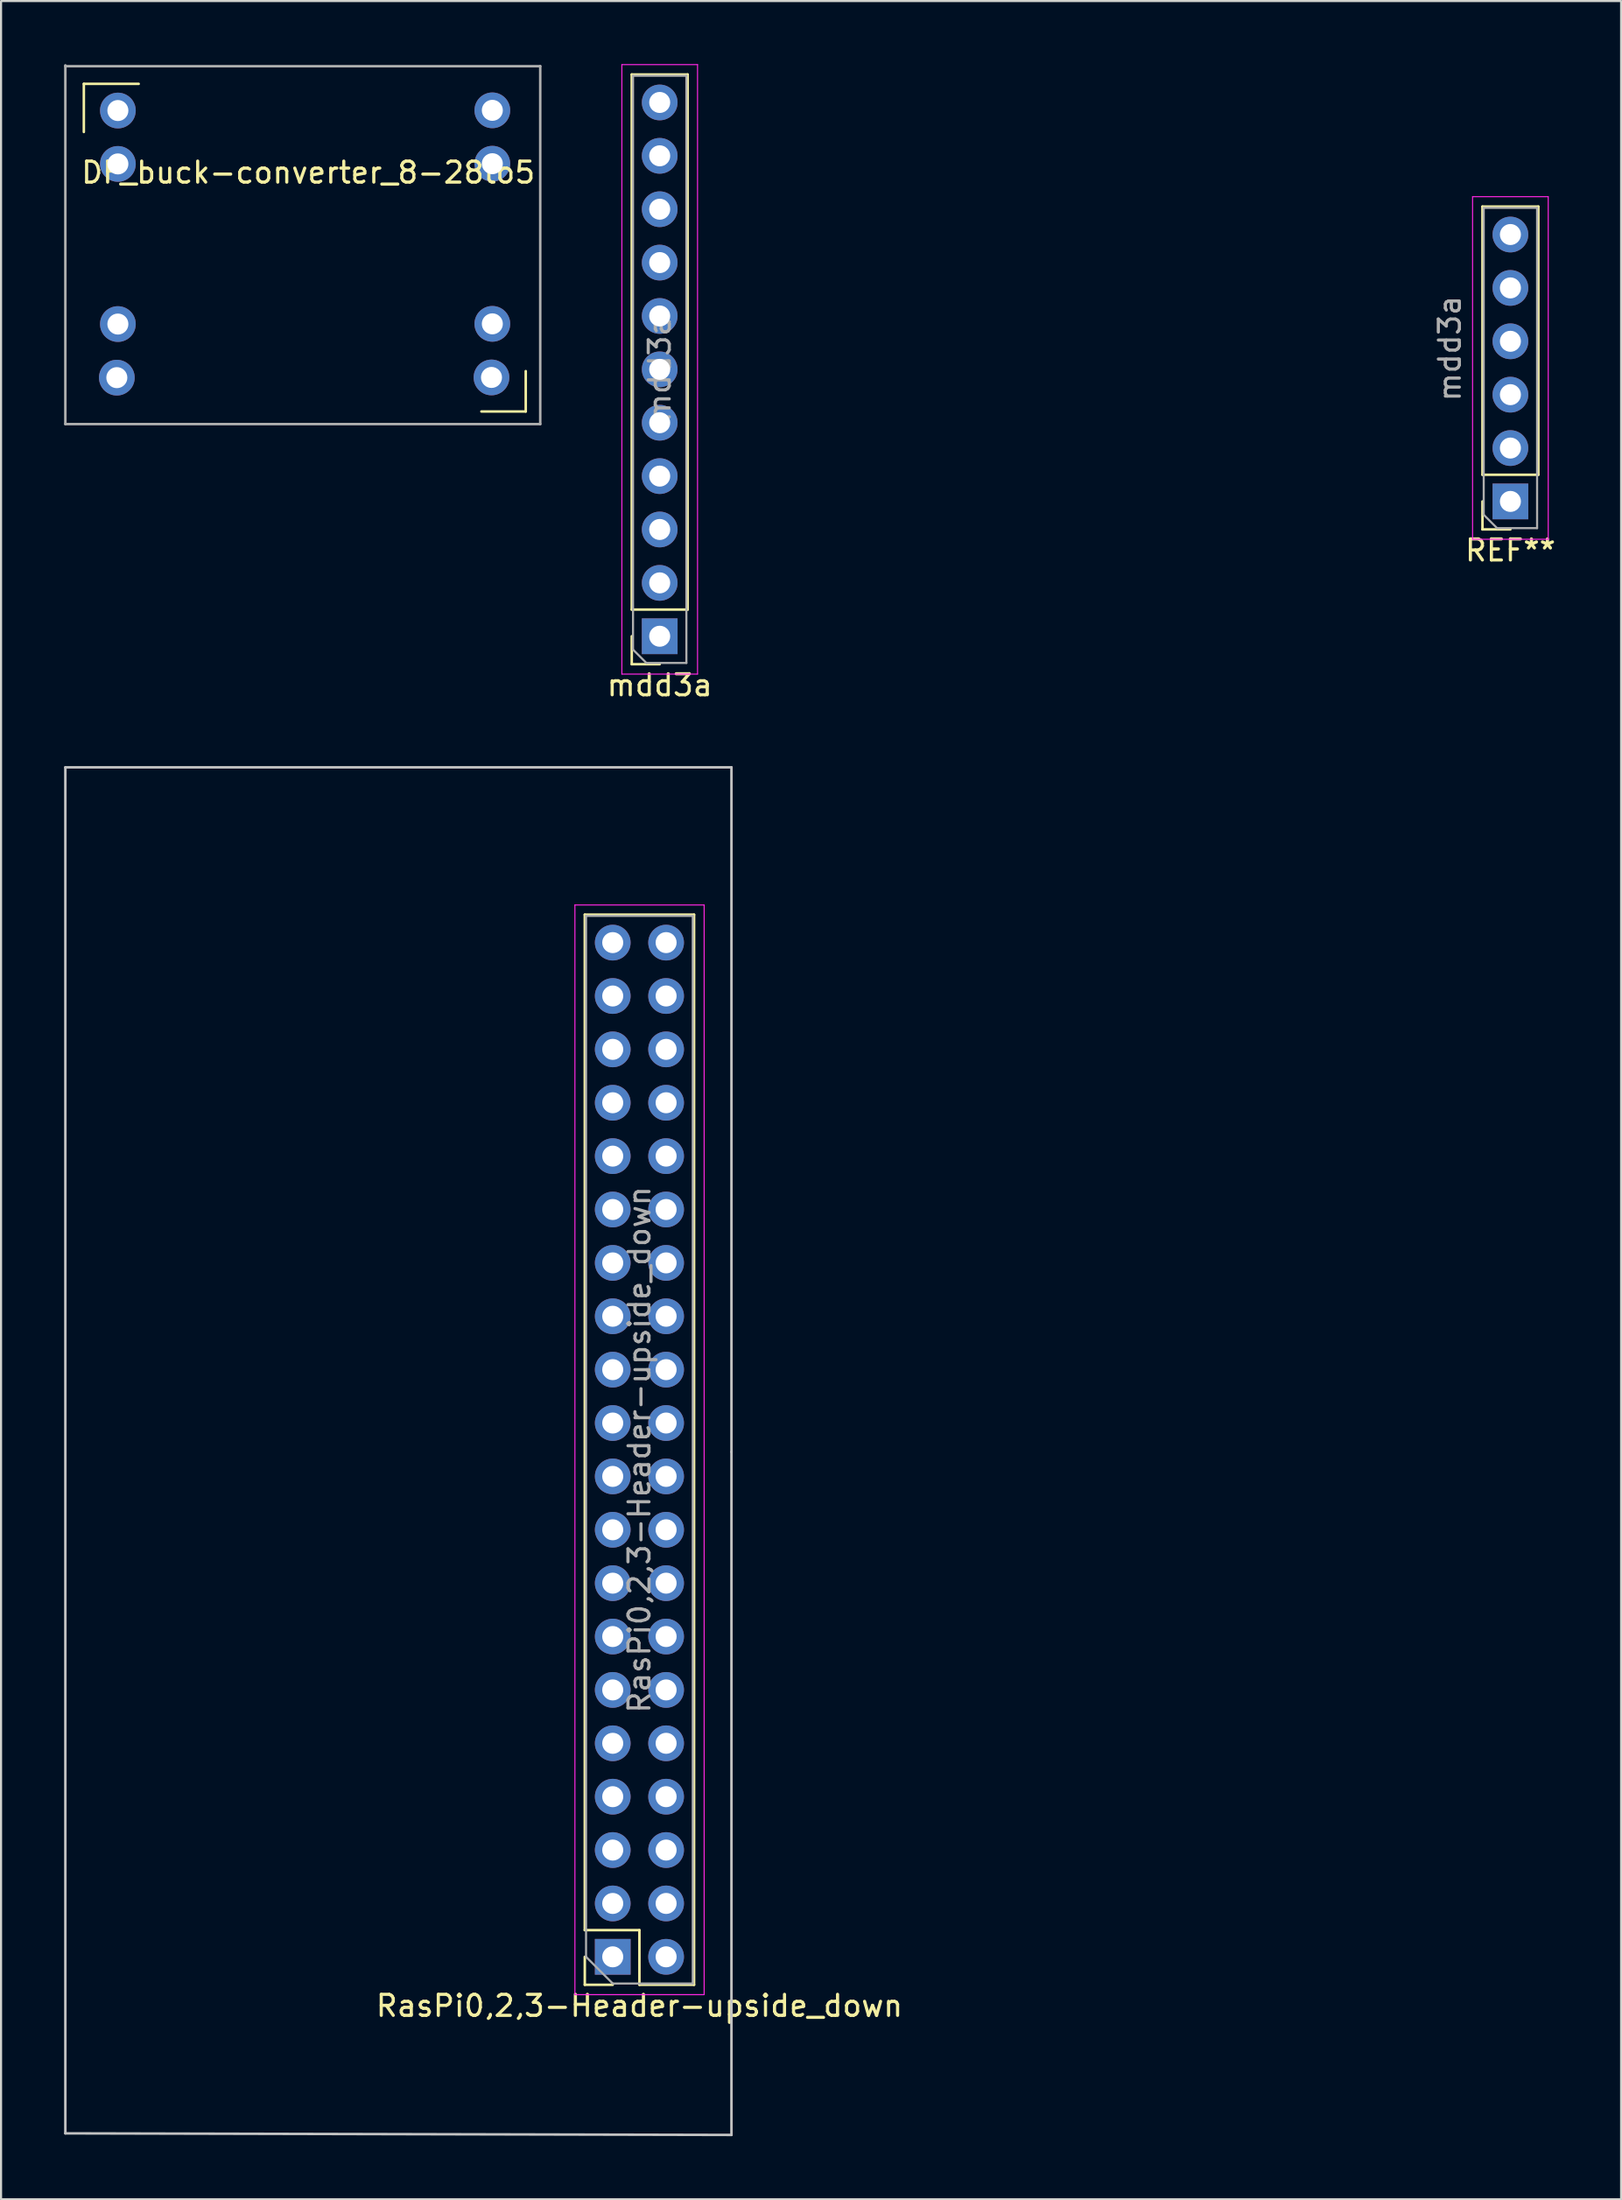
<source format=kicad_pcb>
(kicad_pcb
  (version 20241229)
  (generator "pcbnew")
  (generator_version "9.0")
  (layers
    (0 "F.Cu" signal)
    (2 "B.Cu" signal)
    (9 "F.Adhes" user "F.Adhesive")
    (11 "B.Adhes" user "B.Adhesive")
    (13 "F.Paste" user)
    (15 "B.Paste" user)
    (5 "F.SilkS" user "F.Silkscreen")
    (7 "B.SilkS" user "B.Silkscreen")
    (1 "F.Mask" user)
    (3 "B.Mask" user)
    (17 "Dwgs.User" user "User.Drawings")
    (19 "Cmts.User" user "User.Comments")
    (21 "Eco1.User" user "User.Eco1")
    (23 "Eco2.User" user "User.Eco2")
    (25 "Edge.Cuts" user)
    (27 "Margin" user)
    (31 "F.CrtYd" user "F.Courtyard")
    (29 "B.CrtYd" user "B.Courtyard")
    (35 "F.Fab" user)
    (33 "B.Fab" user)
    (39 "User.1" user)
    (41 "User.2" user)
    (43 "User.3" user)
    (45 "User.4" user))
  (footprint "RasPi0,2,3-Header-upside_down"
    (layer "F.Cu")
    (at 27.385 65.963)
    (property "Reference" "RasPi0,2,3-Header-upside_down" (at -0.005 26.43 180) (layer "F.SilkS") (effects (font (size 1 1) (thickness 0.15))))
    (attr through_hole)
    (fp_line (start -2.605 -25.49) (end 2.595 -25.49) (stroke (width 0.12) (type solid)) (layer "F.SilkS"))
    (fp_line (start -2.605 22.83) (end -2.605 -25.49) (stroke (width 0.12) (type solid)) (layer "F.SilkS"))
    (fp_line (start -2.605 22.83) (end -0.005 22.83) (stroke (width 0.12) (type solid)) (layer "F.SilkS"))
    (fp_line (start -2.605 24.1) (end -2.605 25.43) (stroke (width 0.12) (type solid)) (layer "F.SilkS"))
    (fp_line (start -2.605 25.43) (end -1.275 25.43) (stroke (width 0.12) (type solid)) (layer "F.SilkS"))
    (fp_line (start -0.005 22.83) (end -0.005 25.43) (stroke (width 0.12) (type solid)) (layer "F.SilkS"))
    (fp_line (start -0.005 25.43) (end 2.595 25.43) (stroke (width 0.12) (type solid)) (layer "F.SilkS"))
    (fp_line (start 2.595 25.43) (end 2.595 -25.49) (stroke (width 0.12) (type solid)) (layer "F.SilkS"))
    (fp_line (start -27.325 -32.5) (end -27.325 32.5) (stroke (width 0.12) (type solid)) (layer "Dwgs.User"))
    (fp_line (start 4.375 -32.5) (end -27.325 -32.5) (stroke (width 0.12) (type solid)) (layer "Dwgs.User"))
    (fp_line (start 4.375 0.075) (end 4.375 -32.5) (stroke (width 0.12) (type solid)) (layer "Dwgs.User"))
    (fp_line (start 4.375 0.075) (end 4.375 32.575) (stroke (width 0.12) (type solid)) (layer "Dwgs.User"))
    (fp_line (start 4.375 32.575) (end -27.325 32.5) (stroke (width 0.12) (type solid)) (layer "Dwgs.User"))
    (fp_line (start -3.075 -25.95) (end 3.075 -25.95) (stroke (width 0.05) (type solid)) (layer "F.CrtYd"))
    (fp_line (start -3.075 25.9) (end -3.075 -25.95) (stroke (width 0.05) (type solid)) (layer "F.CrtYd"))
    (fp_line (start 3.075 -25.95) (end 3.075 25.9) (stroke (width 0.05) (type solid)) (layer "F.CrtYd"))
    (fp_line (start 3.075 25.9) (end -3.075 25.9) (stroke (width 0.05) (type solid)) (layer "F.CrtYd"))
    (fp_line (start -2.545 -25.43) (end -2.545 24.1) (stroke (width 0.1) (type solid)) (layer "F.Fab"))
    (fp_line (start -2.545 24.1) (end -1.275 25.37) (stroke (width 0.1) (type solid)) (layer "F.Fab"))
    (fp_line (start -1.275 25.37) (end 2.535 25.37) (stroke (width 0.1) (type solid)) (layer "F.Fab"))
    (fp_line (start 2.535 -25.43) (end -2.545 -25.43) (stroke (width 0.1) (type solid)) (layer "F.Fab"))
    (fp_line (start 2.535 25.37) (end 2.535 -25.43) (stroke (width 0.1) (type solid)) (layer "F.Fab"))
    (fp_text user "${REFERENCE}" (at -0.005 -0.03 270) (layer "F.Fab") (effects (font (size 1 1) (thickness 0.15))))
    (pad "1" thru_hole rect (at -1.275 24.1 180) (size 1.7 1.7) (drill 1) (layers "*.Cu" "*.Mask"))
    (pad "2" thru_hole oval (at 1.265 24.1 180) (size 1.7 1.7) (drill 1) (layers "*.Cu" "*.Mask"))
    (pad "3" thru_hole oval (at -1.275 21.56 180) (size 1.7 1.7) (drill 1) (layers "*.Cu" "*.Mask"))
    (pad "4" thru_hole oval (at 1.265 21.56 180) (size 1.7 1.7) (drill 1) (layers "*.Cu" "*.Mask"))
    (pad "5" thru_hole oval (at -1.275 19.02 180) (size 1.7 1.7) (drill 1) (layers "*.Cu" "*.Mask"))
    (pad "6" thru_hole oval (at 1.265 19.02 180) (size 1.7 1.7) (drill 1) (layers "*.Cu" "*.Mask"))
    (pad "7" thru_hole oval (at -1.275 16.48 180) (size 1.7 1.7) (drill 1) (layers "*.Cu" "*.Mask"))
    (pad "8" thru_hole oval (at 1.265 16.48 180) (size 1.7 1.7) (drill 1) (layers "*.Cu" "*.Mask"))
    (pad "9" thru_hole oval (at -1.275 13.94 180) (size 1.7 1.7) (drill 1) (layers "*.Cu" "*.Mask"))
    (pad "10" thru_hole oval (at 1.265 13.94 180) (size 1.7 1.7) (drill 1) (layers "*.Cu" "*.Mask"))
    (pad "11" thru_hole oval (at -1.275 11.4 180) (size 1.7 1.7) (drill 1) (layers "*.Cu" "*.Mask"))
    (pad "12" thru_hole oval (at 1.265 11.4 180) (size 1.7 1.7) (drill 1) (layers "*.Cu" "*.Mask"))
    (pad "13" thru_hole oval (at -1.275 8.86 180) (size 1.7 1.7) (drill 1) (layers "*.Cu" "*.Mask"))
    (pad "14" thru_hole oval (at 1.265 8.86 180) (size 1.7 1.7) (drill 1) (layers "*.Cu" "*.Mask"))
    (pad "15" thru_hole oval (at -1.275 6.32 180) (size 1.7 1.7) (drill 1) (layers "*.Cu" "*.Mask"))
    (pad "16" thru_hole oval (at 1.265 6.32 180) (size 1.7 1.7) (drill 1) (layers "*.Cu" "*.Mask"))
    (pad "17" thru_hole oval (at -1.275 3.78 180) (size 1.7 1.7) (drill 1) (layers "*.Cu" "*.Mask"))
    (pad "18" thru_hole oval (at 1.265 3.78 180) (size 1.7 1.7) (drill 1) (layers "*.Cu" "*.Mask"))
    (pad "19" thru_hole oval (at -1.275 1.24 180) (size 1.7 1.7) (drill 1) (layers "*.Cu" "*.Mask"))
    (pad "20" thru_hole oval (at 1.265 1.24 180) (size 1.7 1.7) (drill 1) (layers "*.Cu" "*.Mask"))
    (pad "21" thru_hole oval (at -1.275 -1.3 180) (size 1.7 1.7) (drill 1) (layers "*.Cu" "*.Mask"))
    (pad "22" thru_hole oval (at 1.265 -1.3 180) (size 1.7 1.7) (drill 1) (layers "*.Cu" "*.Mask"))
    (pad "23" thru_hole oval (at -1.275 -3.84 180) (size 1.7 1.7) (drill 1) (layers "*.Cu" "*.Mask"))
    (pad "24" thru_hole oval (at 1.265 -3.84 180) (size 1.7 1.7) (drill 1) (layers "*.Cu" "*.Mask"))
    (pad "25" thru_hole oval (at -1.275 -6.38 180) (size 1.7 1.7) (drill 1) (layers "*.Cu" "*.Mask"))
    (pad "26" thru_hole oval (at 1.265 -6.38 180) (size 1.7 1.7) (drill 1) (layers "*.Cu" "*.Mask"))
    (pad "27" thru_hole oval (at -1.275 -8.92 180) (size 1.7 1.7) (drill 1) (layers "*.Cu" "*.Mask"))
    (pad "28" thru_hole oval (at 1.265 -8.92 180) (size 1.7 1.7) (drill 1) (layers "*.Cu" "*.Mask"))
    (pad "29" thru_hole oval (at -1.275 -11.46 180) (size 1.7 1.7) (drill 1) (layers "*.Cu" "*.Mask"))
    (pad "30" thru_hole oval (at 1.265 -11.46 180) (size 1.7 1.7) (drill 1) (layers "*.Cu" "*.Mask"))
    (pad "31" thru_hole oval (at -1.275 -14 180) (size 1.7 1.7) (drill 1) (layers "*.Cu" "*.Mask"))
    (pad "32" thru_hole oval (at 1.265 -14 180) (size 1.7 1.7) (drill 1) (layers "*.Cu" "*.Mask"))
    (pad "33" thru_hole oval (at -1.275 -16.54 180) (size 1.7 1.7) (drill 1) (layers "*.Cu" "*.Mask"))
    (pad "34" thru_hole oval (at 1.265 -16.54 180) (size 1.7 1.7) (drill 1) (layers "*.Cu" "*.Mask"))
    (pad "35" thru_hole oval (at -1.275 -19.08 180) (size 1.7 1.7) (drill 1) (layers "*.Cu" "*.Mask"))
    (pad "36" thru_hole oval (at 1.265 -19.08 180) (size 1.7 1.7) (drill 1) (layers "*.Cu" "*.Mask"))
    (pad "37" thru_hole oval (at -1.275 -21.62 180) (size 1.7 1.7) (drill 1) (layers "*.Cu" "*.Mask"))
    (pad "38" thru_hole oval (at 1.265 -21.62 180) (size 1.7 1.7) (drill 1) (layers "*.Cu" "*.Mask"))
    (pad "39" thru_hole oval (at -1.275 -24.16 180) (size 1.7 1.7) (drill 1) (layers "*.Cu" "*.Mask"))
    (pad "40" thru_hole oval (at 1.265 -24.16 180) (size 1.7 1.7) (drill 1) (layers "*.Cu" "*.Mask")))
  (footprint "DF_buck-converter_8-28to5"
    (layer "F.Cu")
    (at 11.78 8.29)
    (property "Reference" "DF_buck-converter_8-28to5" (at -0.16 -3.13 0) (layer "F.SilkS") (effects (font (size 1 1) (thickness 0.15))))
    (attr through_hole)
    (fp_line (start -10.84 -7.35) (end -8.23 -7.35) (stroke (width 0.12) (type solid)) (layer "F.SilkS"))
    (fp_line (start -10.84 -5.06) (end -10.84 -7.35) (stroke (width 0.12) (type solid)) (layer "F.SilkS"))
    (fp_line (start 8.08 8.24) (end 10.19 8.24) (stroke (width 0.12) (type solid)) (layer "F.SilkS"))
    (fp_line (start 10.19 8.24) (end 10.19 6.32) (stroke (width 0.12) (type solid)) (layer "F.SilkS"))
    (fp_line (start -11.72 -8.19) (end 10.88 -8.19) (stroke (width 0.12) (type solid)) (layer "F.Fab"))
    (fp_line (start -11.72 8.84) (end -11.72 -8.23) (stroke (width 0.12) (type solid)) (layer "F.Fab"))
    (fp_line (start 10.88 -8.19) (end 10.88 8.84) (stroke (width 0.12) (type solid)) (layer "F.Fab"))
    (fp_line (start 10.88 8.84) (end -11.72 8.84) (stroke (width 0.12) (type solid)) (layer "F.Fab"))
    (pad "1" thru_hole oval (at -9.22 -6.08 180) (size 1.7 1.7) (drill 1) (layers "*.Cu" "*.Mask"))
    (pad "2" thru_hole oval (at -9.22 -3.54 180) (size 1.7 1.7) (drill 1) (layers "*.Cu" "*.Mask"))
    (pad "3" thru_hole oval (at -9.22 4.08 180) (size 1.7 1.7) (drill 1) (layers "*.Cu" "*.Mask"))
    (pad "4" thru_hole oval (at -9.27 6.63 180) (size 1.7 1.7) (drill 1) (layers "*.Cu" "*.Mask"))
    (pad "5" thru_hole oval (at 8.56 6.62 90) (size 1.7 1.7) (drill 1) (layers "*.Cu" "*.Mask"))
    (pad "6" thru_hole oval (at 8.6 4.07 180) (size 1.7 1.7) (drill 1) (layers "*.Cu" "*.Mask"))
    (pad "7" thru_hole oval (at 8.6 -3.55 180) (size 1.7 1.7) (drill 1) (layers "*.Cu" "*.Mask"))
    (pad "8" thru_hole oval (at 8.6 -6.09 180) (size 1.7 1.7) (drill 1) (layers "*.Cu" "*.Mask")))
  (footprint "mdd3a"
    (layer "F.Cu")
    (at 27.505 13.945)
    (property "Reference" "mdd3a" (at 0.84 15.61 180) (layer "F.SilkS") (effects (font (size 1 1) (thickness 0.15))))
    (attr through_hole)
    (fp_line (start -0.49 -13.45) (end 2.17 -13.45) (stroke (width 0.12) (type solid)) (layer "F.SilkS"))
    (fp_line (start -0.49 12.01) (end -0.49 -13.45) (stroke (width 0.12) (type solid)) (layer "F.SilkS"))
    (fp_line (start -0.49 12.01) (end 2.17 12.01) (stroke (width 0.12) (type solid)) (layer "F.SilkS"))
    (fp_line (start -0.49 13.28) (end -0.49 14.61) (stroke (width 0.12) (type solid)) (layer "F.SilkS"))
    (fp_line (start -0.49 14.61) (end 0.84 14.61) (stroke (width 0.12) (type solid)) (layer "F.SilkS"))
    (fp_line (start 2.17 12.01) (end 2.17 -13.45) (stroke (width 0.12) (type solid)) (layer "F.SilkS"))
    (fp_line (start 39.995 -7.165) (end 42.655 -7.165) (stroke (width 0.12) (type solid)) (layer "F.SilkS"))
    (fp_line (start 39.995 5.595) (end 39.995 -7.165) (stroke (width 0.12) (type solid)) (layer "F.SilkS"))
    (fp_line (start 39.995 5.595) (end 42.655 5.595) (stroke (width 0.12) (type solid)) (layer "F.SilkS"))
    (fp_line (start 39.995 6.865) (end 39.995 8.195) (stroke (width 0.12) (type solid)) (layer "F.SilkS"))
    (fp_line (start 39.995 8.195) (end 41.325 8.195) (stroke (width 0.12) (type solid)) (layer "F.SilkS"))
    (fp_line (start 42.655 5.595) (end 42.655 -7.165) (stroke (width 0.12) (type solid)) (layer "F.SilkS"))
    (fp_line (start -0.96 -13.92) (end 2.64 -13.92) (stroke (width 0.05) (type solid)) (layer "F.CrtYd"))
    (fp_line (start -0.96 15.08) (end -0.96 -13.92) (stroke (width 0.05) (type solid)) (layer "F.CrtYd"))
    (fp_line (start 2.64 -13.92) (end 2.64 15.08) (stroke (width 0.05) (type solid)) (layer "F.CrtYd"))
    (fp_line (start 2.64 15.08) (end -0.96 15.08) (stroke (width 0.05) (type solid)) (layer "F.CrtYd"))
    (fp_line (start 39.525 -7.635) (end 43.125 -7.635) (stroke (width 0.05) (type solid)) (layer "F.CrtYd"))
    (fp_line (start 39.525 8.665) (end 39.525 -7.635) (stroke (width 0.05) (type solid)) (layer "F.CrtYd"))
    (fp_line (start 43.125 -7.635) (end 43.125 8.665) (stroke (width 0.05) (type solid)) (layer "F.CrtYd"))
    (fp_line (start 43.125 8.665) (end 39.525 8.665) (stroke (width 0.05) (type solid)) (layer "F.CrtYd"))
    (fp_line (start -0.43 -13.39) (end -0.43 13.915) (stroke (width 0.1) (type solid)) (layer "F.Fab"))
    (fp_line (start -0.43 13.915) (end 0.205 14.55) (stroke (width 0.1) (type solid)) (layer "F.Fab"))
    (fp_line (start 0.205 14.55) (end 2.11 14.55) (stroke (width 0.1) (type solid)) (layer "F.Fab"))
    (fp_line (start 2.11 -13.39) (end -0.43 -13.39) (stroke (width 0.1) (type solid)) (layer "F.Fab"))
    (fp_line (start 2.11 14.55) (end 2.11 -13.39) (stroke (width 0.1) (type solid)) (layer "F.Fab"))
    (fp_line (start 40.055 -7.105) (end 40.055 7.5) (stroke (width 0.1) (type solid)) (layer "F.Fab"))
    (fp_line (start 40.055 7.5) (end 40.69 8.135) (stroke (width 0.1) (type solid)) (layer "F.Fab"))
    (fp_line (start 40.69 8.135) (end 42.595 8.135) (stroke (width 0.1) (type solid)) (layer "F.Fab"))
    (fp_line (start 42.595 -7.105) (end 40.055 -7.105) (stroke (width 0.1) (type solid)) (layer "F.Fab"))
    (fp_line (start 42.595 8.135) (end 42.595 -7.105) (stroke (width 0.1) (type solid)) (layer "F.Fab"))
    (fp_text user "REF**" (at 41.325 9.195 180) (layer "F.SilkS") (effects (font (size 1 1) (thickness 0.15))))
    (fp_text user "${REFERENCE}" (at 0.84 0.58 270) (layer "F.Fab") (effects (font (size 1 1) (thickness 0.15))))
    (fp_text user "${REFERENCE}" (at 38.44 -0.41 270) (layer "F.Fab") (effects (font (size 1 1) (thickness 0.15))))
    (pad "1" thru_hole rect (at 0.84 13.28 180) (size 1.7 1.7) (drill 1) (layers "*.Cu" "*.Mask"))
    (pad "2" thru_hole oval (at 0.84 10.74 180) (size 1.7 1.7) (drill 1) (layers "*.Cu" "*.Mask"))
    (pad "3" thru_hole oval (at 0.84 8.2 180) (size 1.7 1.7) (drill 1) (layers "*.Cu" "*.Mask"))
    (pad "4" thru_hole oval (at 0.84 5.66 180) (size 1.7 1.7) (drill 1) (layers "*.Cu" "*.Mask"))
    (pad "5" thru_hole oval (at 0.84 3.12 180) (size 1.7 1.7) (drill 1) (layers "*.Cu" "*.Mask"))
    (pad "6" thru_hole oval (at 0.84 0.58 180) (size 1.7 1.7) (drill 1) (layers "*.Cu" "*.Mask"))
    (pad "7" thru_hole oval (at 0.84 -1.96 180) (size 1.7 1.7) (drill 1) (layers "*.Cu" "*.Mask"))
    (pad "8" thru_hole oval (at 0.84 -4.5 180) (size 1.7 1.7) (drill 1) (layers "*.Cu" "*.Mask"))
    (pad "9" thru_hole oval (at 0.84 -7.04 180) (size 1.7 1.7) (drill 1) (layers "*.Cu" "*.Mask"))
    (pad "10" thru_hole oval (at 0.84 -9.58 180) (size 1.7 1.7) (drill 1) (layers "*.Cu" "*.Mask"))
    (pad "11" thru_hole oval (at 0.84 -12.12 180) (size 1.7 1.7) (drill 1) (layers "*.Cu" "*.Mask"))
    (pad "12" thru_hole oval (at 41.325 -5.835 180) (size 1.7 1.7) (drill 1) (layers "*.Cu" "*.Mask"))
    (pad "13" thru_hole oval (at 41.325 -3.295 180) (size 1.7 1.7) (drill 1) (layers "*.Cu" "*.Mask"))
    (pad "14" thru_hole oval (at 41.325 -0.755 180) (size 1.7 1.7) (drill 1) (layers "*.Cu" "*.Mask"))
    (pad "15" thru_hole oval (at 41.325 1.785 180) (size 1.7 1.7) (drill 1) (layers "*.Cu" "*.Mask"))
    (pad "16" thru_hole oval (at 41.325 4.325 180) (size 1.7 1.7) (drill 1) (layers "*.Cu" "*.Mask"))
    (pad "17" thru_hole rect (at 41.325 6.865 180) (size 1.7 1.7) (drill 1) (layers "*.Cu" "*.Mask")))
  (gr_rect
    (start -3 -3)
    (end 74.098 101.598)
    (stroke (width 0.1) (type default))
    (fill no)
    (layer "Edge.Cuts")))
</source>
